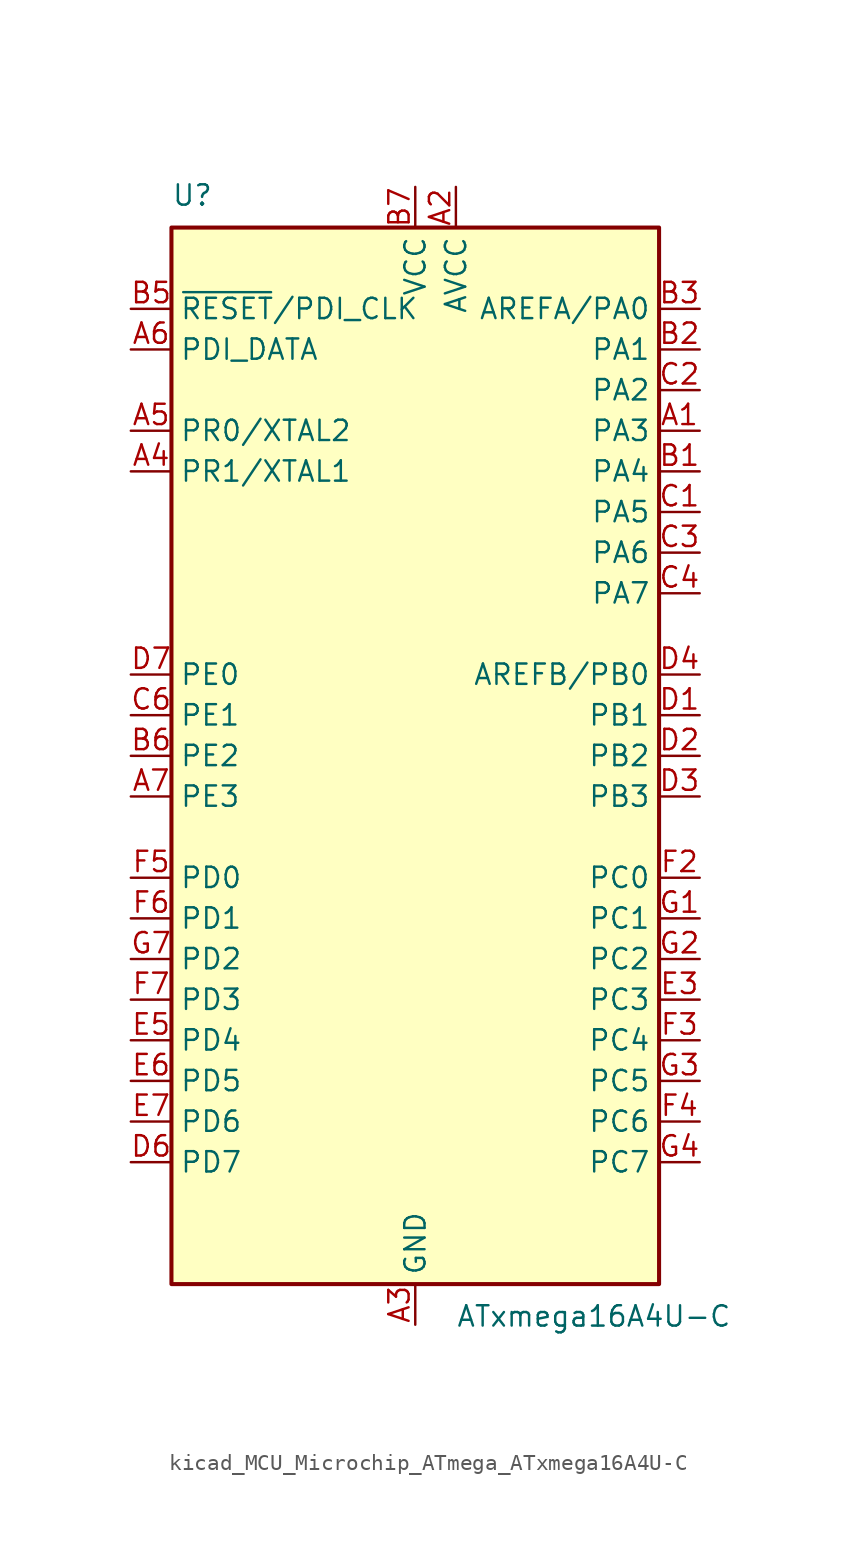
<source format=kicad_sym>
(kicad_symbol_lib
  (version 20220914)
  (generator kicad_symbol_editor)
  (symbol "kicad_MCU_Microchip_ATmega_ATxmega16A4U-C"
    (property "Reference" "U"
      (at -15.24 34.29 0)
      (effects (font (size 1.27 1.27)) (justify left bottom)))
    (property "Value" "ATxmega16A4U-C"
      (at 2.54 -34.29 0)
      (effects (font (size 1.27 1.27)) (justify left top)))
    (symbol "kicad_MCU_Microchip_ATmega_ATxmega16A4U-C_0_1"
      (rectangle (start -15.24 -33.02) (end 15.24 33.02) (stroke (width 0.254) (type default)) (fill (type background))))
    (symbol "kicad_MCU_Microchip_ATmega_ATxmega16A4U-C_1_1"
      (pin bidirectional line (at 17.78 20.32 180) (length 2.54) (name "PA3" (effects (font (size 1.27 1.27)))) (number "A1" (effects (font (size 1.27 1.27)))))
      (pin power_in line (at 2.54 35.56 270) (length 2.54) (name "AVCC" (effects (font (size 1.27 1.27)))) (number "A2" (effects (font (size 1.27 1.27)))))
      (pin power_in line (at 0 -35.56 90) (length 2.54) (name "GND" (effects (font (size 1.27 1.27)))) (number "A3" (effects (font (size 1.27 1.27)))))
      (pin bidirectional line (at -17.78 17.78 0) (length 2.54) (name "PR1/XTAL1" (effects (font (size 1.27 1.27)))) (number "A4" (effects (font (size 1.27 1.27)))))
      (pin bidirectional line (at -17.78 20.32 0) (length 2.54) (name "PR0/XTAL2" (effects (font (size 1.27 1.27)))) (number "A5" (effects (font (size 1.27 1.27)))))
      (pin bidirectional line (at -17.78 25.4 0) (length 2.54) (name "PDI_DATA" (effects (font (size 1.27 1.27)))) (number "A6" (effects (font (size 1.27 1.27)))))
      (pin bidirectional line (at -17.78 -2.54 0) (length 2.54) (name "PE3" (effects (font (size 1.27 1.27)))) (number "A7" (effects (font (size 1.27 1.27)))))
      (pin bidirectional line (at 17.78 17.78 180) (length 2.54) (name "PA4" (effects (font (size 1.27 1.27)))) (number "B1" (effects (font (size 1.27 1.27)))))
      (pin bidirectional line (at 17.78 25.4 180) (length 2.54) (name "PA1" (effects (font (size 1.27 1.27)))) (number "B2" (effects (font (size 1.27 1.27)))))
      (pin bidirectional line (at 17.78 27.94 180) (length 2.54) (name "AREFA/PA0" (effects (font (size 1.27 1.27)))) (number "B3" (effects (font (size 1.27 1.27)))))
      (pin passive line (at 0 -35.56 90) (length 2.54) hide (name "GND" (effects (font (size 1.27 1.27)))) (number "B4" (effects (font (size 1.27 1.27)))))
      (pin input line (at -17.78 27.94 0) (length 2.54) (name "~{RESET}/PDI_CLK" (effects (font (size 1.27 1.27)))) (number "B5" (effects (font (size 1.27 1.27)))))
      (pin bidirectional line (at -17.78 0 0) (length 2.54) (name "PE2" (effects (font (size 1.27 1.27)))) (number "B6" (effects (font (size 1.27 1.27)))))
      (pin power_in line (at 0 35.56 270) (length 2.54) (name "VCC" (effects (font (size 1.27 1.27)))) (number "B7" (effects (font (size 1.27 1.27)))))
      (pin bidirectional line (at 17.78 15.24 180) (length 2.54) (name "PA5" (effects (font (size 1.27 1.27)))) (number "C1" (effects (font (size 1.27 1.27)))))
      (pin bidirectional line (at 17.78 22.86 180) (length 2.54) (name "PA2" (effects (font (size 1.27 1.27)))) (number "C2" (effects (font (size 1.27 1.27)))))
      (pin bidirectional line (at 17.78 12.7 180) (length 2.54) (name "PA6" (effects (font (size 1.27 1.27)))) (number "C3" (effects (font (size 1.27 1.27)))))
      (pin bidirectional line (at 17.78 10.16 180) (length 2.54) (name "PA7" (effects (font (size 1.27 1.27)))) (number "C4" (effects (font (size 1.27 1.27)))))
      (pin passive line (at 0 -35.56 90) (length 2.54) hide (name "GND" (effects (font (size 1.27 1.27)))) (number "C5" (effects (font (size 1.27 1.27)))))
      (pin bidirectional line (at -17.78 2.54 0) (length 2.54) (name "PE1" (effects (font (size 1.27 1.27)))) (number "C6" (effects (font (size 1.27 1.27)))))
      (pin passive line (at 0 -35.56 90) (length 2.54) hide (name "GND" (effects (font (size 1.27 1.27)))) (number "C7" (effects (font (size 1.27 1.27)))))
      (pin bidirectional line (at 17.78 2.54 180) (length 2.54) (name "PB1" (effects (font (size 1.27 1.27)))) (number "D1" (effects (font (size 1.27 1.27)))))
      (pin bidirectional line (at 17.78 0 180) (length 2.54) (name "PB2" (effects (font (size 1.27 1.27)))) (number "D2" (effects (font (size 1.27 1.27)))))
      (pin bidirectional line (at 17.78 -2.54 180) (length 2.54) (name "PB3" (effects (font (size 1.27 1.27)))) (number "D3" (effects (font (size 1.27 1.27)))))
      (pin bidirectional line (at 17.78 5.08 180) (length 2.54) (name "AREFB/PB0" (effects (font (size 1.27 1.27)))) (number "D4" (effects (font (size 1.27 1.27)))))
      (pin passive line (at 0 -35.56 90) (length 2.54) hide (name "GND" (effects (font (size 1.27 1.27)))) (number "D5" (effects (font (size 1.27 1.27)))))
      (pin bidirectional line (at -17.78 -25.4 0) (length 2.54) (name "PD7" (effects (font (size 1.27 1.27)))) (number "D6" (effects (font (size 1.27 1.27)))))
      (pin bidirectional line (at -17.78 5.08 0) (length 2.54) (name "PE0" (effects (font (size 1.27 1.27)))) (number "D7" (effects (font (size 1.27 1.27)))))
      (pin passive line (at 0 -35.56 90) (length 2.54) hide (name "GND" (effects (font (size 1.27 1.27)))) (number "E1" (effects (font (size 1.27 1.27)))))
      (pin passive line (at 0 -35.56 90) (length 2.54) hide (name "GND" (effects (font (size 1.27 1.27)))) (number "E2" (effects (font (size 1.27 1.27)))))
      (pin bidirectional line (at 17.78 -15.24 180) (length 2.54) (name "PC3" (effects (font (size 1.27 1.27)))) (number "E3" (effects (font (size 1.27 1.27)))))
      (pin passive line (at 0 -35.56 90) (length 2.54) hide (name "GND" (effects (font (size 1.27 1.27)))) (number "E4" (effects (font (size 1.27 1.27)))))
      (pin bidirectional line (at -17.78 -17.78 0) (length 2.54) (name "PD4" (effects (font (size 1.27 1.27)))) (number "E5" (effects (font (size 1.27 1.27)))))
      (pin bidirectional line (at -17.78 -20.32 0) (length 2.54) (name "PD5" (effects (font (size 1.27 1.27)))) (number "E6" (effects (font (size 1.27 1.27)))))
      (pin bidirectional line (at -17.78 -22.86 0) (length 2.54) (name "PD6" (effects (font (size 1.27 1.27)))) (number "E7" (effects (font (size 1.27 1.27)))))
      (pin passive line (at 0 35.56 270) (length 2.54) hide (name "VCC" (effects (font (size 1.27 1.27)))) (number "F1" (effects (font (size 1.27 1.27)))))
      (pin bidirectional line (at 17.78 -7.62 180) (length 2.54) (name "PC0" (effects (font (size 1.27 1.27)))) (number "F2" (effects (font (size 1.27 1.27)))))
      (pin bidirectional line (at 17.78 -17.78 180) (length 2.54) (name "PC4" (effects (font (size 1.27 1.27)))) (number "F3" (effects (font (size 1.27 1.27)))))
      (pin bidirectional line (at 17.78 -22.86 180) (length 2.54) (name "PC6" (effects (font (size 1.27 1.27)))) (number "F4" (effects (font (size 1.27 1.27)))))
      (pin bidirectional line (at -17.78 -7.62 0) (length 2.54) (name "PD0" (effects (font (size 1.27 1.27)))) (number "F5" (effects (font (size 1.27 1.27)))))
      (pin bidirectional line (at -17.78 -10.16 0) (length 2.54) (name "PD1" (effects (font (size 1.27 1.27)))) (number "F6" (effects (font (size 1.27 1.27)))))
      (pin bidirectional line (at -17.78 -15.24 0) (length 2.54) (name "PD3" (effects (font (size 1.27 1.27)))) (number "F7" (effects (font (size 1.27 1.27)))))
      (pin bidirectional line (at 17.78 -10.16 180) (length 2.54) (name "PC1" (effects (font (size 1.27 1.27)))) (number "G1" (effects (font (size 1.27 1.27)))))
      (pin bidirectional line (at 17.78 -12.7 180) (length 2.54) (name "PC2" (effects (font (size 1.27 1.27)))) (number "G2" (effects (font (size 1.27 1.27)))))
      (pin bidirectional line (at 17.78 -20.32 180) (length 2.54) (name "PC5" (effects (font (size 1.27 1.27)))) (number "G3" (effects (font (size 1.27 1.27)))))
      (pin bidirectional line (at 17.78 -25.4 180) (length 2.54) (name "PC7" (effects (font (size 1.27 1.27)))) (number "G4" (effects (font (size 1.27 1.27)))))
      (pin passive line (at 0 -35.56 90) (length 2.54) hide (name "GND" (effects (font (size 1.27 1.27)))) (number "G5" (effects (font (size 1.27 1.27)))))
      (pin passive line (at 0 35.56 270) (length 2.54) hide (name "VCC" (effects (font (size 1.27 1.27)))) (number "G6" (effects (font (size 1.27 1.27)))))
      (pin bidirectional line (at -17.78 -12.7 0) (length 2.54) (name "PD2" (effects (font (size 1.27 1.27)))) (number "G7" (effects (font (size 1.27 1.27))))))))
</source>
